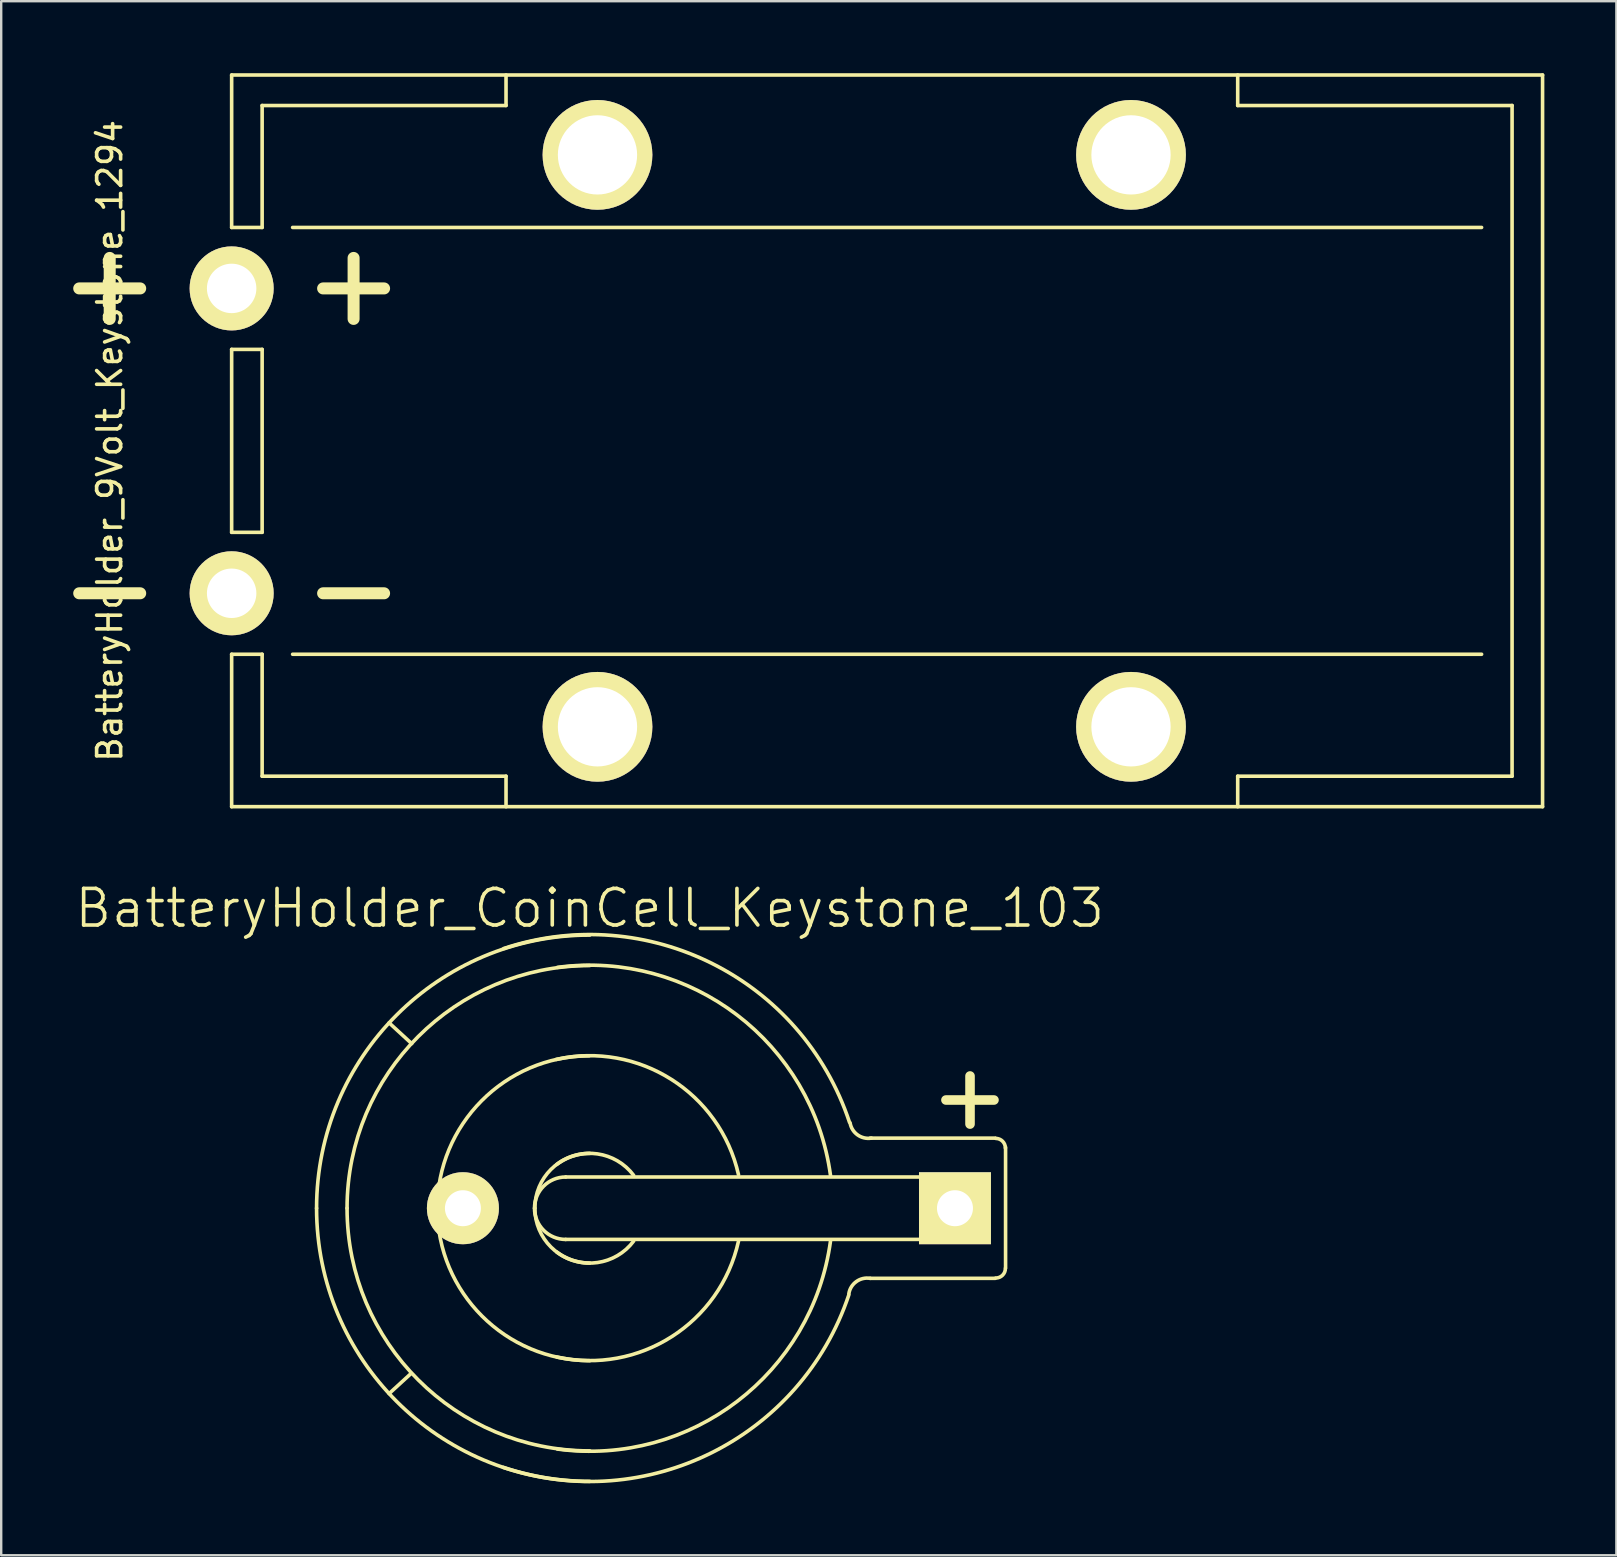
<source format=kicad_pcb>
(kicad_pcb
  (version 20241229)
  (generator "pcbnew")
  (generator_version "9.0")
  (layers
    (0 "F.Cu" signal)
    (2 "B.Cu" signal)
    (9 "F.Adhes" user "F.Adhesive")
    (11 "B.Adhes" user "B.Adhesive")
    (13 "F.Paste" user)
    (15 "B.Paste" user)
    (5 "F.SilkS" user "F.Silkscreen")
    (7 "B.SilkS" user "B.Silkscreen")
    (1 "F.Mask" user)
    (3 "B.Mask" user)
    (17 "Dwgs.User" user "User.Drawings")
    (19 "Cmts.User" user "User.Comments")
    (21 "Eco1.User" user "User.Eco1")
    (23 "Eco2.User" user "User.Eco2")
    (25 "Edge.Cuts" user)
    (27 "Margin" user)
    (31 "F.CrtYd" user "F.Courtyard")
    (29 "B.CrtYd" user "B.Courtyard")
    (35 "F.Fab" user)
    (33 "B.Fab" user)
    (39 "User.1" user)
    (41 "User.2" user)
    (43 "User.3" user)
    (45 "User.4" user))
  (footprint "BatteryHolder_CoinCell_Keystone_103"
    (layer "F.Cu")
    (at 21.517 47.282)
    (property "Reference" "BatteryHolder_CoinCell_Keystone_103" (at 0 -12.497 0) (layer "F.SilkS") (effects (font (size 1.524 1.524) (thickness 0.15))))
    (attr through_hole)
    (fp_line (start -8.357 -7.722) (end -7.417 -6.858) (stroke (width 0.15) (type solid)) (layer "F.SilkS"))
    (fp_line (start -8.357 7.722) (end -7.442 6.883) (stroke (width 0.15) (type solid)) (layer "F.SilkS"))
    (fp_line (start -1.001 -1.3) (end 15.199 -1.3) (stroke (width 0.15) (type solid)) (layer "F.SilkS"))
    (fp_line (start 11.684 -2.921) (end 16.891 -2.921) (stroke (width 0.15) (type solid)) (layer "F.SilkS"))
    (fp_line (start 14.839 -4.508) (end 16.84 -4.508) (stroke (width 0.399) (type solid)) (layer "F.SilkS"))
    (fp_line (start 15.199 1.3) (end -1.001 1.3) (stroke (width 0.15) (type solid)) (layer "F.SilkS"))
    (fp_line (start 15.207 -1.3) (end 15.207 1.3) (stroke (width 0.15) (type solid)) (layer "F.SilkS"))
    (fp_line (start 15.842 -3.505) (end 15.842 -5.509) (stroke (width 0.399) (type solid)) (layer "F.SilkS"))
    (fp_line (start 16.891 2.921) (end 11.684 2.921) (stroke (width 0.15) (type solid)) (layer "F.SilkS"))
    (fp_line (start 17.323 -2.54) (end 17.323 2.489) (stroke (width 0.15) (type solid)) (layer "F.SilkS"))
    (fp_arc (start -11.3792 0) (mid -8.046309 -8.046309) (end 0 -11.3792) (stroke (width 0.15) (type solid)) (layer "F.SilkS"))
    (fp_arc (start -10.1092 0) (mid -7.148284 -7.148284) (end 0 -10.1092) (stroke (width 0.15) (type solid)) (layer "F.SilkS"))
    (fp_arc (start -6.35 0.0254) (mid -4.508089 -4.472168) (end -0.0254 -6.35) (stroke (width 0.15) (type solid)) (layer "F.SilkS"))
    (fp_arc (start -3.5814 -10.8204) (mid 5.118746 -10.18361) (end 10.8204 -3.5814) (stroke (width 0.15) (type solid)) (layer "F.SilkS"))
    (fp_arc (start -2.30124 0) (mid -1.920338 -0.919578) (end -1.00076 -1.30048) (stroke (width 0.15) (type solid)) (layer "F.SilkS"))
    (fp_arc (start -2.286 0) (mid -1.616446 -1.616446) (end 0 -2.286) (stroke (width 0.15) (type solid)) (layer "F.SilkS"))
    (fp_arc (start -1.397 -6.1976) (mid 3.394537 -5.370193) (end 6.1976 -1.397) (stroke (width 0.15) (type solid)) (layer "F.SilkS"))
    (fp_arc (start -1.3716 -1.8288) (mid 0.323289 -2.263025) (end 1.8288 -1.3716) (stroke (width 0.15) (type solid)) (layer "F.SilkS"))
    (fp_arc (start -1.3462 -10.033) (mid 6.142495 -8.046309) (end 10.033 -1.3462) (stroke (width 0.15) (type solid)) (layer "F.SilkS"))
    (fp_arc (start -1.00076 1.30048) (mid -1.920338 0.919578) (end -2.30124 0) (stroke (width 0.15) (type solid)) (layer "F.SilkS"))
    (fp_arc (start 0 2.286) (mid -1.616446 1.616446) (end -2.286 0) (stroke (width 0.15) (type solid)) (layer "F.SilkS"))
    (fp_arc (start 0 6.35) (mid -4.490128 4.490128) (end -6.35 0) (stroke (width 0.15) (type solid)) (layer "F.SilkS"))
    (fp_arc (start 0 10.1092) (mid -7.148284 7.148284) (end -10.1092 0) (stroke (width 0.15) (type solid)) (layer "F.SilkS"))
    (fp_arc (start 0 11.3792) (mid -8.046309 8.046309) (end -11.3792 0) (stroke (width 0.15) (type solid)) (layer "F.SilkS"))
    (fp_arc (start 1.8288 1.3716) (mid 0.323289 2.263025) (end -1.3716 1.8288) (stroke (width 0.15) (type solid)) (layer "F.SilkS"))
    (fp_arc (start 6.1976 1.3716) (mid 3.412497 5.352233) (end -1.3716 6.1976) (stroke (width 0.15) (type solid)) (layer "F.SilkS"))
    (fp_arc (start 10.033 1.3462) (mid 6.142495 8.046309) (end -1.3462 10.033) (stroke (width 0.15) (type solid)) (layer "F.SilkS"))
    (fp_arc (start 10.795 3.556) (mid 11.107987 3.054382) (end 11.684 2.921) (stroke (width 0.15) (type solid)) (layer "F.SilkS"))
    (fp_arc (start 10.795 3.6068) (mid 5.082825 10.18361) (end -3.6068 10.795) (stroke (width 0.15) (type solid)) (layer "F.SilkS"))
    (fp_arc (start 11.7348 -2.921) (mid 11.158787 -3.054382) (end 10.8458 -3.556) (stroke (width 0.15) (type solid)) (layer "F.SilkS"))
    (fp_arc (start 16.91386 -2.9083) (mid 17.197636 -2.790756) (end 17.31518 -2.50698) (stroke (width 0.15) (type solid)) (layer "F.SilkS"))
    (fp_arc (start 17.31518 2.50698) (mid 17.197636 2.790756) (end 16.91386 2.9083) (stroke (width 0.15) (type solid)) (layer "F.SilkS"))
    (pad "1" thru_hole rect (at 15.215 0) (size 2.997 2.997) (drill 1.499) (layers "*.Cu" "*.Mask" "F.SilkS"))
    (pad "2" thru_hole circle (at -5.283 0) (size 3 3) (drill 1.499) (layers "*.Cu" "*.Mask" "F.SilkS")))
  (footprint "BatteryHolder_9Volt_Keystone_1294"
    (layer "F.Cu")
    (at 6.6 8.965)
    (property "Reference" "BatteryHolder_9Volt_Keystone_1294" (at -5.08 6.35 90) (layer "F.SilkS") (effects (font (size 1 1) (thickness 0.15))))
    (attr through_hole)
    (fp_line (start -5.08 -1.27) (end -5.08 1.27) (stroke (width 0.5) (type solid)) (layer "F.SilkS"))
    (fp_line (start -3.81 0) (end -6.35 0) (stroke (width 0.5) (type solid)) (layer "F.SilkS"))
    (fp_line (start -3.81 12.7) (end -6.35 12.7) (stroke (width 0.5) (type solid)) (layer "F.SilkS"))
    (fp_line (start 0 -8.89) (end 0 -2.54) (stroke (width 0.15) (type solid)) (layer "F.SilkS"))
    (fp_line (start 0 -8.89) (end 54.61 -8.89) (stroke (width 0.15) (type solid)) (layer "F.SilkS"))
    (fp_line (start 0 -2.54) (end 1.27 -2.54) (stroke (width 0.15) (type solid)) (layer "F.SilkS"))
    (fp_line (start 0 2.54) (end 0 10.16) (stroke (width 0.15) (type solid)) (layer "F.SilkS"))
    (fp_line (start 0 15.24) (end 0 21.59) (stroke (width 0.15) (type solid)) (layer "F.SilkS"))
    (fp_line (start 0 21.59) (end 54.61 21.59) (stroke (width 0.15) (type solid)) (layer "F.SilkS"))
    (fp_line (start 1.27 -7.62) (end 11.43 -7.62) (stroke (width 0.15) (type solid)) (layer "F.SilkS"))
    (fp_line (start 1.27 -2.54) (end 1.27 -7.62) (stroke (width 0.15) (type solid)) (layer "F.SilkS"))
    (fp_line (start 1.27 2.54) (end 0 2.54) (stroke (width 0.15) (type solid)) (layer "F.SilkS"))
    (fp_line (start 1.27 2.54) (end 1.27 10.16) (stroke (width 0.15) (type solid)) (layer "F.SilkS"))
    (fp_line (start 1.27 10.16) (end 0 10.16) (stroke (width 0.15) (type solid)) (layer "F.SilkS"))
    (fp_line (start 1.27 15.24) (end 0 15.24) (stroke (width 0.15) (type solid)) (layer "F.SilkS"))
    (fp_line (start 1.27 15.24) (end 1.27 20.32) (stroke (width 0.15) (type solid)) (layer "F.SilkS"))
    (fp_line (start 1.27 20.32) (end 11.43 20.32) (stroke (width 0.15) (type solid)) (layer "F.SilkS"))
    (fp_line (start 2.54 15.24) (end 52.07 15.24) (stroke (width 0.15) (type solid)) (layer "F.SilkS"))
    (fp_line (start 3.81 0) (end 6.35 0) (stroke (width 0.5) (type solid)) (layer "F.SilkS"))
    (fp_line (start 3.81 12.7) (end 6.35 12.7) (stroke (width 0.5) (type solid)) (layer "F.SilkS"))
    (fp_line (start 5.08 -1.27) (end 5.08 1.27) (stroke (width 0.5) (type solid)) (layer "F.SilkS"))
    (fp_line (start 11.43 -7.62) (end 11.43 -8.89) (stroke (width 0.15) (type solid)) (layer "F.SilkS"))
    (fp_line (start 11.43 20.32) (end 11.43 21.59) (stroke (width 0.15) (type solid)) (layer "F.SilkS"))
    (fp_line (start 41.91 -8.89) (end 41.91 -7.62) (stroke (width 0.15) (type solid)) (layer "F.SilkS"))
    (fp_line (start 41.91 -7.62) (end 53.34 -7.62) (stroke (width 0.15) (type solid)) (layer "F.SilkS"))
    (fp_line (start 41.91 20.32) (end 41.91 21.59) (stroke (width 0.15) (type solid)) (layer "F.SilkS"))
    (fp_line (start 52.07 -2.54) (end 2.54 -2.54) (stroke (width 0.15) (type solid)) (layer "F.SilkS"))
    (fp_line (start 53.34 -7.62) (end 53.34 20.32) (stroke (width 0.15) (type solid)) (layer "F.SilkS"))
    (fp_line (start 53.34 20.32) (end 41.91 20.32) (stroke (width 0.15) (type solid)) (layer "F.SilkS"))
    (fp_line (start 54.61 21.59) (end 54.61 -8.89) (stroke (width 0.15) (type solid)) (layer "F.SilkS"))
    (pad "1" thru_hole circle (at 0 0) (size 3.5 3.5) (drill 2.06) (layers "*.Cu" "*.Mask" "F.SilkS"))
    (pad "2" thru_hole circle (at 0 12.7) (size 3.5 3.5) (drill 2.06) (layers "*.Cu" "*.Mask" "F.SilkS"))
    (pad "3" thru_hole circle (at 15.24 -5.563) (size 4.572 4.572) (drill 3.302) (layers "*.Cu" "*.Mask" "F.SilkS"))
    (pad "3" thru_hole circle (at 15.24 18.263) (size 4.572 4.572) (drill 3.302) (layers "*.Cu" "*.Mask" "F.SilkS"))
    (pad "3" thru_hole circle (at 37.465 -5.563) (size 4.572 4.572) (drill 3.302) (layers "*.Cu" "*.Mask" "F.SilkS"))
    (pad "3" thru_hole circle (at 37.465 18.263) (size 4.572 4.572) (drill 3.302) (layers "*.Cu" "*.Mask" "F.SilkS")))
  (gr_rect
    (start -3 -3)
    (end 64.285 61.738)
    (stroke (width 0.1) (type default))
    (fill no)
    (layer "Edge.Cuts")))
</source>
